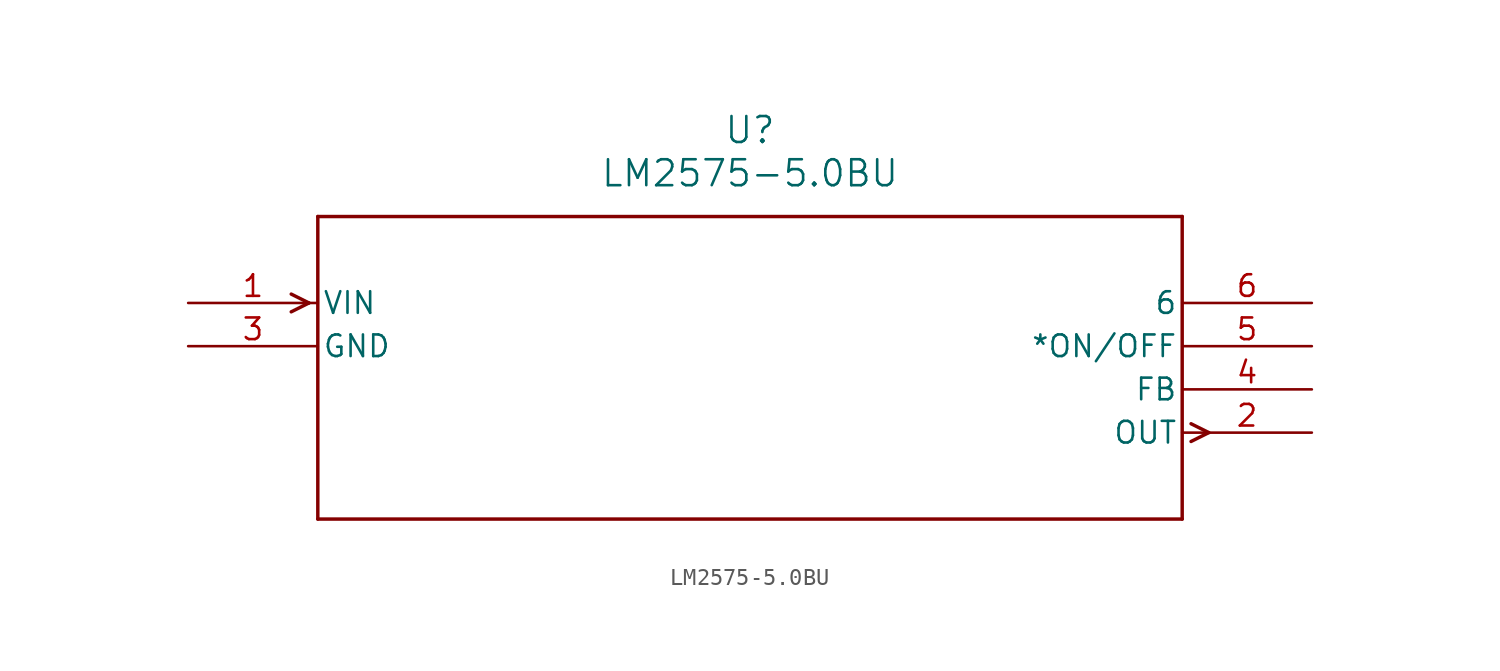
<source format=kicad_sym>
(kicad_symbol_lib
  (version 20211014)
  (generator kicad_symbol_editor)
  (symbol "LM2575-5.0BU"
    (pin_names
      (offset 0.254))
    (property "Reference" "U"
      (at 33.02 10.16 0)
      (effects (font (size 1.524 1.524))))
    (property "Value" "LM2575-5.0BU"
      (at 33.02 7.62 0)
      (effects (font (size 1.524 1.524))))
    (symbol "LM2575-5.0BU_0_1"
      (polyline (pts (xy 7.099 0) (xy 6.058 0.521)) (stroke (width 0.203) (type default) (color 0 0 0 0)) (fill (type none)))
      (polyline (pts (xy 7.099 0) (xy 6.058 -0.521)) (stroke (width 0.203) (type default) (color 0 0 0 0)) (fill (type none)))
      (polyline (pts (xy 58.941 -7.099) (xy 59.982 -7.62)) (stroke (width 0.203) (type default) (color 0 0 0 0)) (fill (type none)))
      (polyline (pts (xy 58.941 -8.141) (xy 59.982 -7.62)) (stroke (width 0.203) (type default) (color 0 0 0 0)) (fill (type none)))
      (polyline (pts (xy 7.62 5.08) (xy 7.62 -12.7)) (stroke (width 0.203) (type default) (color 0 0 0 0)) (fill (type none)))
      (polyline (pts (xy 7.62 -12.7) (xy 58.42 -12.7)) (stroke (width 0.203) (type default) (color 0 0 0 0)) (fill (type none)))
      (polyline (pts (xy 58.42 -12.7) (xy 58.42 5.08)) (stroke (width 0.203) (type default) (color 0 0 0 0)) (fill (type none)))
      (polyline (pts (xy 58.42 5.08) (xy 7.62 5.08)) (stroke (width 0.203) (type default) (color 0 0 0 0)) (fill (type none)))
      (pin input line (at 0 0 0) (length 7.62) (name "VIN" (effects (font (size 1.27 1.27)))) (number "1" (effects (font (size 1.27 1.27)))))
      (pin output line (at 66.04 -7.62 180) (length 7.62) (name "OUT" (effects (font (size 1.27 1.27)))) (number "2" (effects (font (size 1.27 1.27)))))
      (pin power_in line (at 0 -2.54 0) (length 7.62) (name "GND" (effects (font (size 1.27 1.27)))) (number "3" (effects (font (size 1.27 1.27)))))
      (pin unspecified line (at 66.04 -5.08 180) (length 7.62) (name "FB" (effects (font (size 1.27 1.27)))) (number "4" (effects (font (size 1.27 1.27)))))
      (pin unspecified line (at 66.04 -2.54 180) (length 7.62) (name "*ON/OFF" (effects (font (size 1.27 1.27)))) (number "5" (effects (font (size 1.27 1.27)))))
      (pin unspecified line (at 66.04 0 180) (length 7.62) (name "6" (effects (font (size 1.27 1.27)))) (number "6" (effects (font (size 1.27 1.27))))))))
</source>
